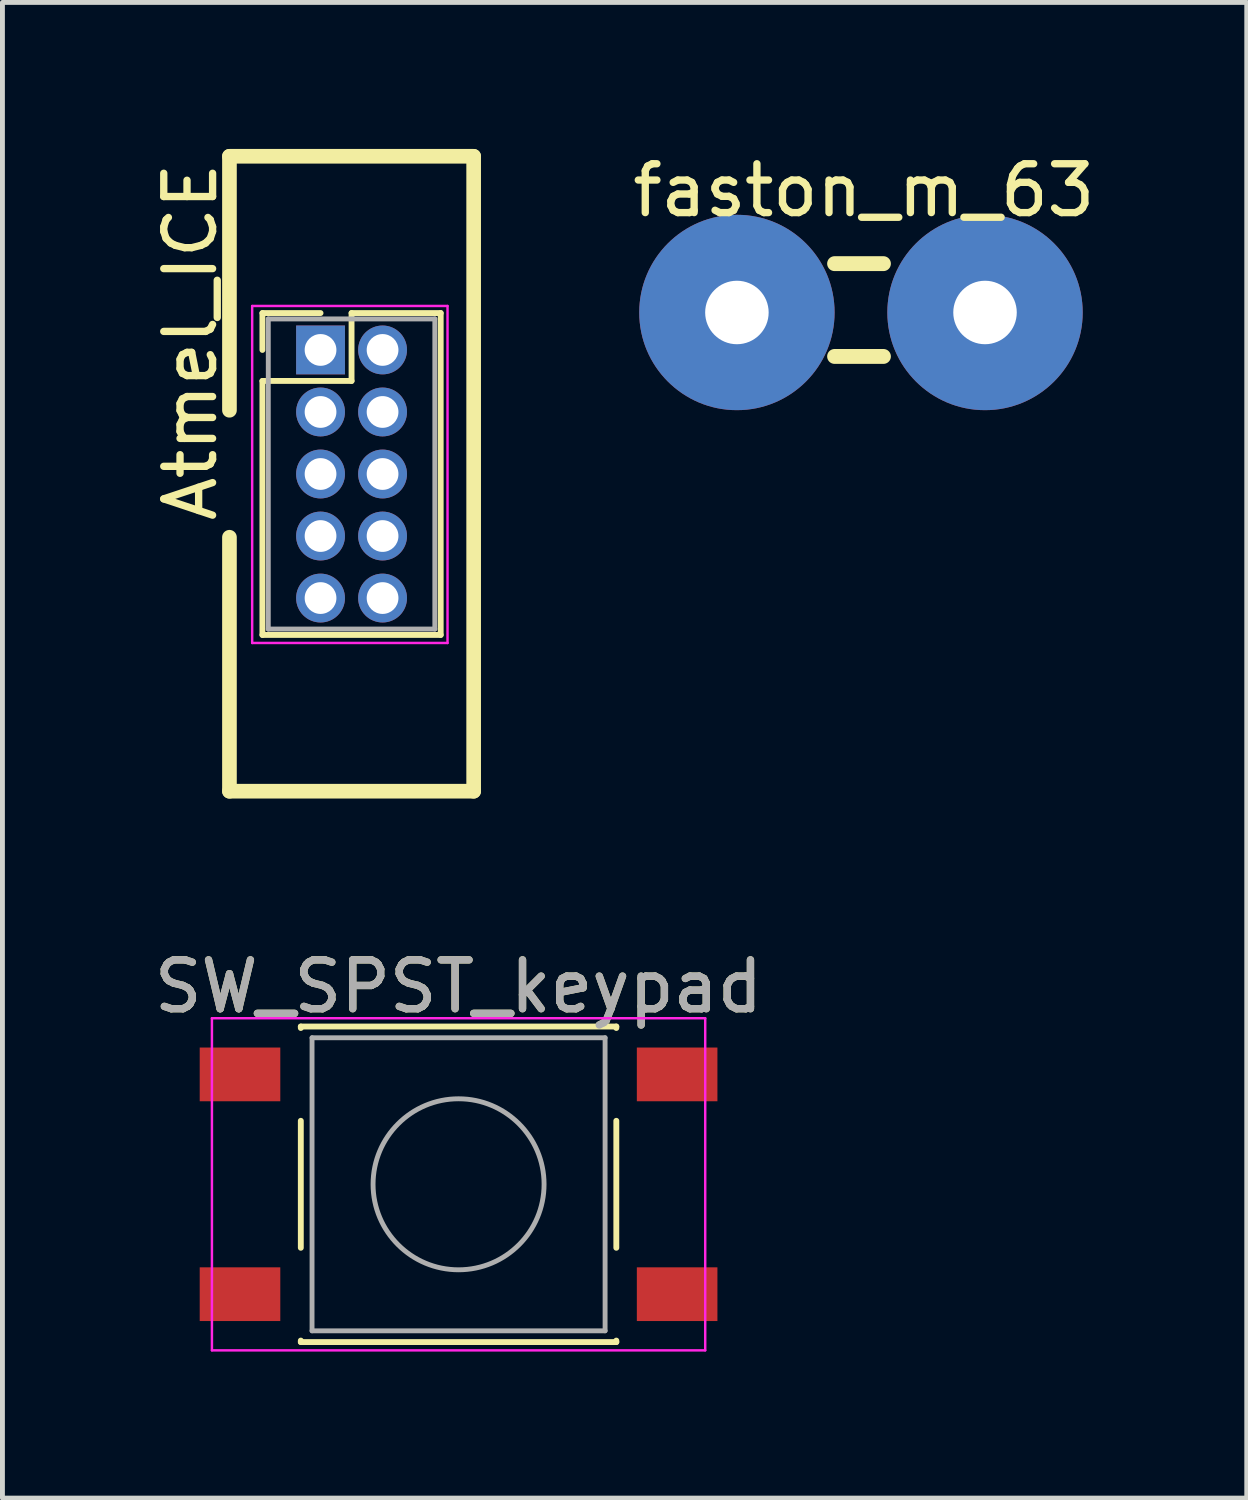
<source format=kicad_pcb>
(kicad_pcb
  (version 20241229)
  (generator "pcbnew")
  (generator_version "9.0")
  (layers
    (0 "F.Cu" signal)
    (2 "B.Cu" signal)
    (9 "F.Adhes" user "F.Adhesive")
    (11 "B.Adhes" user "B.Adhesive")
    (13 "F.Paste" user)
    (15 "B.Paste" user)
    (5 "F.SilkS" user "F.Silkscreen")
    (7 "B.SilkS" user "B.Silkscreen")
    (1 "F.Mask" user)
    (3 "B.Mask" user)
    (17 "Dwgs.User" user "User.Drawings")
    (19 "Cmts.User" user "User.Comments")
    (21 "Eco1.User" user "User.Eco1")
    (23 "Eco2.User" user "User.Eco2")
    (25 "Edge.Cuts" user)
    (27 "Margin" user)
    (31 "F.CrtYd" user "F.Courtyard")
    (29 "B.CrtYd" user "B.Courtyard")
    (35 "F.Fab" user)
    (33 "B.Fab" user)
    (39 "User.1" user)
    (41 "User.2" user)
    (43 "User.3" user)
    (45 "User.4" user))
  (footprint "SW_SPST_keypad"
    (layer "F.Cu")
    (at 6.339 21.198)
    (property "Reference" "SW_SPST_keypad" (at 0 -4.05 0) (layer "F.SilkS") (effects (font (size 1 1) (thickness 0.15))))
    (attr smd)
    (fp_line (start -3.23 -3.23) (end 3.23 -3.23) (stroke (width 0.12) (type solid)) (layer "F.SilkS"))
    (fp_line (start -3.23 -3.2) (end -3.23 -3.23) (stroke (width 0.12) (type solid)) (layer "F.SilkS"))
    (fp_line (start -3.23 -1.3) (end -3.23 1.3) (stroke (width 0.12) (type solid)) (layer "F.SilkS"))
    (fp_line (start -3.23 3.23) (end -3.23 3.2) (stroke (width 0.12) (type solid)) (layer "F.SilkS"))
    (fp_line (start -3.23 3.23) (end 3.23 3.23) (stroke (width 0.12) (type solid)) (layer "F.SilkS"))
    (fp_line (start 3.23 -3.23) (end 3.23 -3.2) (stroke (width 0.12) (type solid)) (layer "F.SilkS"))
    (fp_line (start 3.23 -1.3) (end 3.23 1.3) (stroke (width 0.12) (type solid)) (layer "F.SilkS"))
    (fp_line (start 3.23 3.23) (end 3.23 3.2) (stroke (width 0.12) (type solid)) (layer "F.SilkS"))
    (fp_line (start -5.05 -3.4) (end -5.05 3.4) (stroke (width 0.05) (type solid)) (layer "F.CrtYd"))
    (fp_line (start -5.05 -3.4) (end 5.05 -3.4) (stroke (width 0.05) (type solid)) (layer "F.CrtYd"))
    (fp_line (start -5.05 3.4) (end 5.05 3.4) (stroke (width 0.05) (type solid)) (layer "F.CrtYd"))
    (fp_line (start 5.05 3.4) (end 5.05 -3.4) (stroke (width 0.05) (type solid)) (layer "F.CrtYd"))
    (fp_line (start -3 -3) (end -3 3) (stroke (width 0.1) (type solid)) (layer "F.Fab"))
    (fp_line (start -3 3) (end 3 3) (stroke (width 0.1) (type solid)) (layer "F.Fab"))
    (fp_line (start 3 -3) (end -3 -3) (stroke (width 0.1) (type solid)) (layer "F.Fab"))
    (fp_line (start 3 3) (end 3 -3) (stroke (width 0.1) (type solid)) (layer "F.Fab"))
    (fp_circle (center 0 0) (end 1.75 -0.05) (stroke (width 0.1) (type solid)) (fill no) (layer "F.Fab"))
    (fp_text user "${REFERENCE}" (at 0 -4.05 0) (layer "F.Fab") (effects (font (size 1 1) (thickness 0.15))))
    (pad "1" smd rect (at -4.475 -2.25) (size 1.65 1.1) (layers "F.Cu" "F.Mask" "F.Paste"))
    (pad "1" smd rect (at 4.475 -2.25) (size 1.65 1.1) (layers "F.Cu" "F.Mask" "F.Paste"))
    (pad "2" smd rect (at -4.475 2.25) (size 1.65 1.1) (layers "F.Cu" "F.Mask" "F.Paste"))
    (pad "2" smd rect (at 4.475 2.25) (size 1.65 1.1) (layers "F.Cu" "F.Mask" "F.Paste")))
  (footprint "faston_m_63"
    (layer "F.Cu")
    (at 12.038 3.348)
    (property "Reference" "faston_m_63" (at 2.6 -2.5 0) (layer "F.SilkS") (effects (font (size 1 1) (thickness 0.15))))
    (attr exclude_from_pos_files exclude_from_bom)
    (fp_line (start 2 -1) (end 3 -1) (stroke (width 0.305) (type solid)) (layer "F.SilkS"))
    (fp_line (start 2 0.9) (end 3 0.9) (stroke (width 0.305) (type solid)) (layer "F.SilkS"))
    (pad "1" thru_hole circle (at 0 0) (size 4 4) (drill 1.3) (layers "*.Cu" "*.Mask"))
    (pad "1" thru_hole circle (at 5.08 0) (size 4 4) (drill 1.3) (layers "*.Cu" "*.Mask")))
  (footprint "Atmel_ICE"
    (layer "F.Cu")
    (at 4.153 6.655)
    (property "Reference" "Atmel_ICE" (at -3.305 -2.705 90) (layer "F.SilkS") (effects (font (size 1 1) (thickness 0.15))))
    (attr through_hole)
    (fp_line (start -2.505 -6.505) (end -2.505 -1.305) (stroke (width 0.3) (type solid)) (layer "F.SilkS"))
    (fp_line (start -2.505 -6.505) (end 2.495 -6.505) (stroke (width 0.3) (type solid)) (layer "F.SilkS"))
    (fp_line (start -2.505 1.295) (end -2.505 6.495) (stroke (width 0.3) (type solid)) (layer "F.SilkS"))
    (fp_line (start -1.83 -3.295) (end -0.64 -3.295) (stroke (width 0.12) (type solid)) (layer "F.SilkS"))
    (fp_line (start -1.83 -2.54) (end -1.83 -3.295) (stroke (width 0.12) (type solid)) (layer "F.SilkS"))
    (fp_line (start -1.83 -1.905) (end -1.83 3.295) (stroke (width 0.12) (type solid)) (layer "F.SilkS"))
    (fp_line (start -1.83 3.295) (end 1.82 3.295) (stroke (width 0.12) (type solid)) (layer "F.SilkS"))
    (fp_line (start -0.005 -3.295) (end -0.005 -1.905) (stroke (width 0.12) (type solid)) (layer "F.SilkS"))
    (fp_line (start -0.005 -1.905) (end -1.83 -1.905) (stroke (width 0.12) (type solid)) (layer "F.SilkS"))
    (fp_line (start 1.82 -3.295) (end -0.005 -3.295) (stroke (width 0.12) (type solid)) (layer "F.SilkS"))
    (fp_line (start 1.82 3.295) (end 1.82 -3.295) (stroke (width 0.12) (type solid)) (layer "F.SilkS"))
    (fp_line (start 2.495 -6.505) (end 2.495 6.495) (stroke (width 0.3) (type solid)) (layer "F.SilkS"))
    (fp_line (start 2.495 6.495) (end -2.505 6.495) (stroke (width 0.3) (type solid)) (layer "F.SilkS"))
    (fp_line (start -2.04 -3.44) (end -2.04 3.46) (stroke (width 0.05) (type solid)) (layer "F.CrtYd"))
    (fp_line (start -2.04 3.46) (end 1.96 3.46) (stroke (width 0.05) (type solid)) (layer "F.CrtYd"))
    (fp_line (start 1.96 -3.44) (end -2.04 -3.44) (stroke (width 0.05) (type solid)) (layer "F.CrtYd"))
    (fp_line (start 1.96 3.46) (end 1.96 -3.44) (stroke (width 0.05) (type solid)) (layer "F.CrtYd"))
    (fp_line (start -1.71 -3.175) (end -1.71 3.175) (stroke (width 0.1) (type solid)) (layer "F.Fab"))
    (fp_line (start -1.71 3.175) (end 1.7 3.175) (stroke (width 0.1) (type solid)) (layer "F.Fab"))
    (fp_line (start 1.7 -3.175) (end -1.71 -3.175) (stroke (width 0.1) (type solid)) (layer "F.Fab"))
    (fp_line (start 1.7 3.175) (end 1.7 -3.175) (stroke (width 0.1) (type solid)) (layer "F.Fab"))
    (pad "1" thru_hole rect (at -0.64 -2.54) (size 1 1) (drill 0.65) (layers "*.Cu" "*.Mask"))
    (pad "2" thru_hole oval (at 0.63 -2.54) (size 1 1) (drill 0.65) (layers "*.Cu" "*.Mask"))
    (pad "3" thru_hole oval (at -0.64 -1.27) (size 1 1) (drill 0.65) (layers "*.Cu" "*.Mask"))
    (pad "4" thru_hole oval (at 0.63 -1.27) (size 1 1) (drill 0.65) (layers "*.Cu" "*.Mask"))
    (pad "5" thru_hole oval (at -0.64 0) (size 1 1) (drill 0.65) (layers "*.Cu" "*.Mask"))
    (pad "6" thru_hole oval (at 0.63 0) (size 1 1) (drill 0.65) (layers "*.Cu" "*.Mask"))
    (pad "7" thru_hole oval (at -0.64 1.27) (size 1 1) (drill 0.65) (layers "*.Cu" "*.Mask"))
    (pad "8" thru_hole oval (at 0.63 1.27) (size 1 1) (drill 0.65) (layers "*.Cu" "*.Mask"))
    (pad "9" thru_hole oval (at -0.64 2.54) (size 1 1) (drill 0.65) (layers "*.Cu" "*.Mask"))
    (pad "10" thru_hole oval (at 0.63 2.54) (size 1 1) (drill 0.65) (layers "*.Cu" "*.Mask")))
  (gr_rect
    (start -3 -3)
    (end 22.477 27.623)
    (stroke (width 0.1) (type default))
    (fill no)
    (layer "Edge.Cuts")))
</source>
